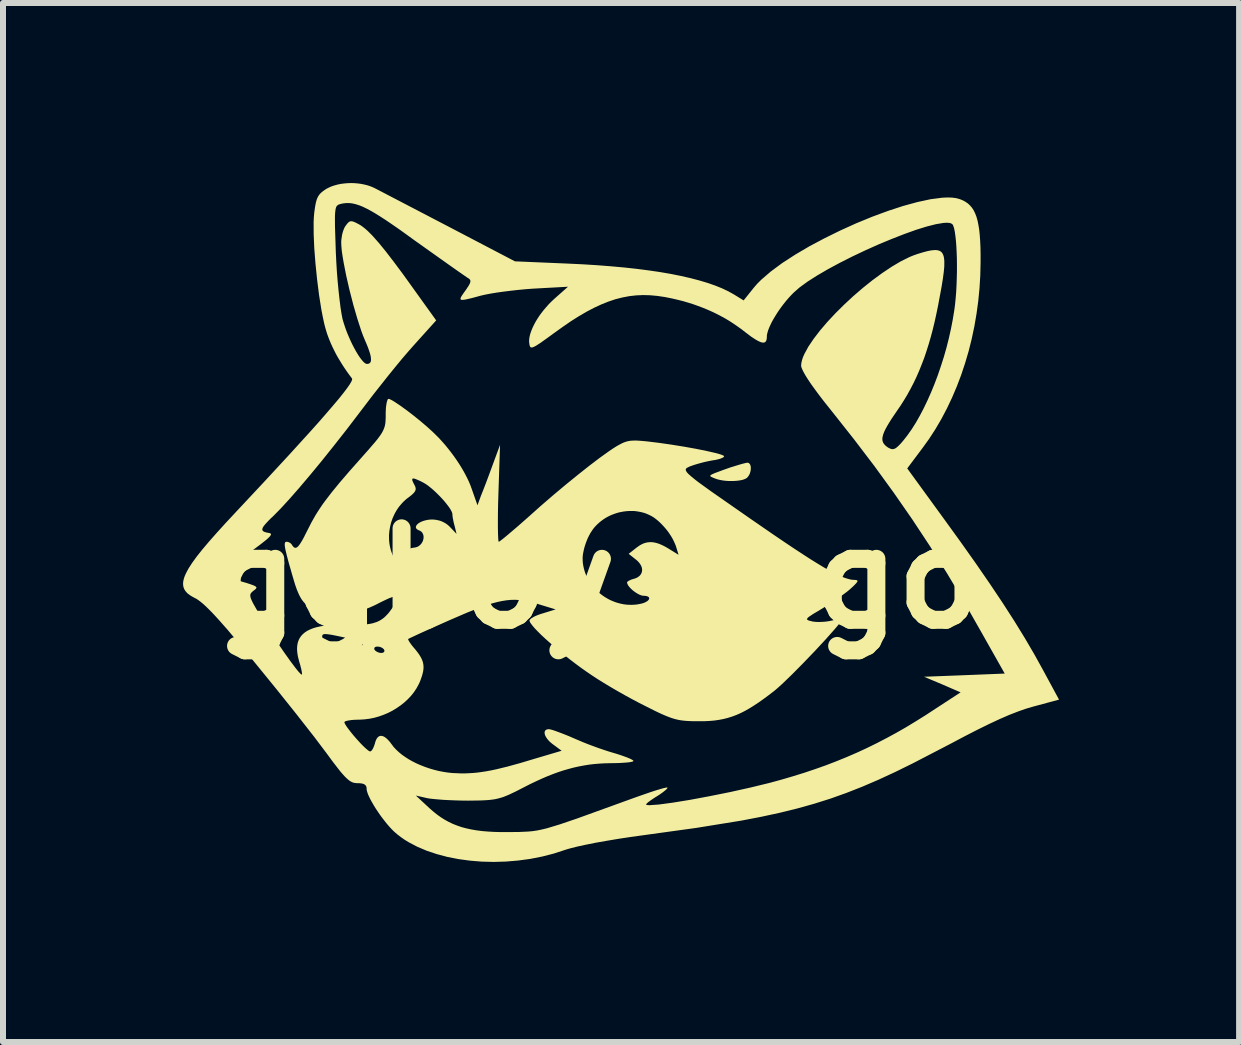
<source format=kicad_pcb>
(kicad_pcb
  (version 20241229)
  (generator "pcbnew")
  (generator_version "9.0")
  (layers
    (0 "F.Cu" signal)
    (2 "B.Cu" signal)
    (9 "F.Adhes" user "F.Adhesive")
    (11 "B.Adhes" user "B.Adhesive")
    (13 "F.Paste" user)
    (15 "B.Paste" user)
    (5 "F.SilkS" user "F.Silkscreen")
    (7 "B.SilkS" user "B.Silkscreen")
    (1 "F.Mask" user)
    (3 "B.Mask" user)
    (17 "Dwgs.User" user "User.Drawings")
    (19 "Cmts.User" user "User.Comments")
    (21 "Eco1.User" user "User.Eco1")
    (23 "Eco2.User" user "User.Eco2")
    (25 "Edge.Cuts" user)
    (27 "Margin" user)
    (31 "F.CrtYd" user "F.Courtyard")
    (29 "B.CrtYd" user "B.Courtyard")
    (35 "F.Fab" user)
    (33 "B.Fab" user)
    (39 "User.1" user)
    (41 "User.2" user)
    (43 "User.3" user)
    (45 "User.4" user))
  (footprint "ggboy_logo"
    (layer "F.Cu")
    (at 6.906 6.587)
    (property "Reference" "ggboy_logo" (at 0 0 0) (layer "F.SilkS") (effects (font (size 1.524 1.524) (thickness 0.3))))
    (attr through_hole)
    (fp_poly (pts (xy 2.499 -1.928) (xy 2.506 -1.927) (xy 2.512 -1.925) (xy 2.518 -1.923) (xy 2.523 -1.919) (xy 2.528 -1.915) (xy 2.533 -1.909) (xy 2.537 -1.904) (xy 2.541 -1.897) (xy 2.544 -1.89) (xy 2.547 -1.882) (xy 2.549 -1.874) (xy 2.551 -1.866) (xy 2.552 -1.857) (xy 2.553 -1.838) (xy 2.552 -1.818) (xy 2.55 -1.797) (xy 2.545 -1.776) (xy 2.539 -1.755) (xy 2.535 -1.745) (xy 2.53 -1.734) (xy 2.525 -1.725) (xy 2.519 -1.715) (xy 2.513 -1.705) (xy 2.507 -1.696) (xy 2.499 -1.688) (xy 2.492 -1.68) (xy 2.485 -1.673) (xy 2.476 -1.667) (xy 2.455 -1.657) (xy 2.429 -1.647) (xy 2.4 -1.639) (xy 2.367 -1.633) (xy 2.331 -1.628) (xy 2.293 -1.625) (xy 2.253 -1.623) (xy 2.212 -1.623) (xy 2.171 -1.624) (xy 2.13 -1.627) (xy 2.089 -1.632) (xy 2.05 -1.639) (xy 2.013 -1.647) (xy 1.978 -1.657) (xy 1.947 -1.669) (xy 1.909 -1.685) (xy 1.895 -1.692) (xy 1.885 -1.698) (xy 1.881 -1.701) (xy 1.879 -1.704) (xy 1.877 -1.707) (xy 1.877 -1.711) (xy 1.879 -1.714) (xy 1.881 -1.718) (xy 1.89 -1.725) (xy 1.906 -1.734) (xy 1.927 -1.744) (xy 1.955 -1.756) (xy 1.991 -1.769) (xy 2.084 -1.804) (xy 2.211 -1.849) (xy 2.299 -1.876) (xy 2.341 -1.889) (xy 2.381 -1.901) (xy 2.417 -1.911) (xy 2.449 -1.919) (xy 2.474 -1.925) (xy 2.492 -1.928)) (stroke (width 0) (type solid)) (fill yes) (layer "F.SilkS"))
    (fp_poly (pts (xy -4.056 -6.586) (xy -3.999 -6.581) (xy -3.943 -6.574) (xy -3.889 -6.563) (xy -3.835 -6.55) (xy -3.784 -6.533) (xy -3.735 -6.513) (xy -3.689 -6.49) (xy -2.44 -5.839) (xy -1.377 -5.283) (xy -0.509 -5.246) (xy -0.257 -5.234) (xy -0.015 -5.219) (xy 0.217 -5.201) (xy 0.439 -5.181) (xy 0.65 -5.158) (xy 0.851 -5.132) (xy 1.042 -5.104) (xy 1.222 -5.073) (xy 1.391 -5.039) (xy 1.549 -5.003) (xy 1.697 -4.964) (xy 1.834 -4.923) (xy 1.96 -4.879) (xy 2.074 -4.833) (xy 2.177 -4.784) (xy 2.269 -4.733) (xy 2.433 -4.632) (xy 2.603 -4.844) (xy 2.659 -4.909) (xy 2.726 -4.976) (xy 2.885 -5.113) (xy 3.074 -5.253) (xy 3.29 -5.393) (xy 3.526 -5.532) (xy 3.778 -5.666) (xy 4.04 -5.795) (xy 4.307 -5.916) (xy 4.575 -6.026) (xy 4.838 -6.123) (xy 5.092 -6.206) (xy 5.33 -6.271) (xy 5.548 -6.318) (xy 5.741 -6.343) (xy 5.827 -6.347) (xy 5.904 -6.345) (xy 5.973 -6.336) (xy 6.032 -6.32) (xy 6.081 -6.301) (xy 6.126 -6.277) (xy 6.167 -6.249) (xy 6.203 -6.216) (xy 6.236 -6.178) (xy 6.265 -6.134) (xy 6.29 -6.083) (xy 6.312 -6.026) (xy 6.33 -5.962) (xy 6.345 -5.889) (xy 6.358 -5.809) (xy 6.367 -5.72) (xy 6.374 -5.622) (xy 6.379 -5.514) (xy 6.381 -5.396) (xy 6.381 -5.267) (xy 6.376 -5.05) (xy 6.363 -4.835) (xy 6.342 -4.62) (xy 6.313 -4.408) (xy 6.277 -4.198) (xy 6.233 -3.991) (xy 6.182 -3.787) (xy 6.123 -3.587) (xy 6.058 -3.391) (xy 5.985 -3.199) (xy 5.906 -3.013) (xy 5.82 -2.832) (xy 5.728 -2.657) (xy 5.629 -2.488) (xy 5.524 -2.326) (xy 5.413 -2.172) (xy 5.159 -1.833) (xy 5.767 -0.997) (xy 6.047 -0.61) (xy 6.304 -0.247) (xy 6.539 0.094) (xy 6.753 0.414) (xy 6.946 0.714) (xy 7.12 0.997) (xy 7.275 1.262) (xy 7.413 1.511) (xy 7.688 2.019) (xy 7.254 2.136) (xy 7.135 2.171) (xy 7.004 2.217) (xy 6.858 2.274) (xy 6.699 2.343) (xy 6.523 2.425) (xy 6.33 2.52) (xy 6.119 2.628) (xy 5.889 2.75) (xy 5.249 3.082) (xy 4.958 3.225) (xy 4.679 3.354) (xy 4.409 3.47) (xy 4.144 3.574) (xy 3.878 3.669) (xy 3.608 3.754) (xy 3.329 3.832) (xy 3.037 3.904) (xy 2.727 3.971) (xy 2.394 4.035) (xy 1.646 4.156) (xy 0.756 4.279) (xy 0.547 4.308) (xy 0.342 4.339) (xy 0.147 4.372) (xy -0.035 4.404) (xy -0.199 4.437) (xy -0.341 4.468) (xy -0.456 4.497) (xy -0.502 4.51) (xy -0.54 4.522) (xy -0.73 4.584) (xy -0.925 4.634) (xy -1.124 4.673) (xy -1.325 4.7) (xy -1.528 4.717) (xy -1.729 4.723) (xy -1.929 4.718) (xy -2.125 4.702) (xy -2.317 4.676) (xy -2.501 4.64) (xy -2.678 4.593) (xy -2.846 4.537) (xy -3.002 4.471) (xy -3.147 4.395) (xy -3.214 4.354) (xy -3.277 4.31) (xy -3.337 4.264) (xy -3.393 4.215) (xy -3.43 4.178) (xy -3.468 4.137) (xy -3.507 4.092) (xy -3.546 4.043) (xy -3.585 3.993) (xy -3.623 3.942) (xy -3.659 3.889) (xy -3.694 3.837) (xy -3.726 3.785) (xy -3.755 3.735) (xy -3.782 3.687) (xy -3.804 3.642) (xy -3.823 3.601) (xy -3.836 3.564) (xy -3.845 3.532) (xy -3.847 3.518) (xy -3.848 3.506) (xy -3.848 3.494) (xy -3.85 3.482) (xy -3.851 3.477) (xy -3.852 3.472) (xy -3.854 3.467) (xy -3.856 3.462) (xy -3.858 3.458) (xy -3.861 3.454) (xy -3.864 3.45) (xy -3.867 3.446) (xy -3.87 3.442) (xy -3.874 3.439) (xy -3.878 3.436) (xy -3.883 3.433) (xy -3.888 3.43) (xy -3.893 3.427) (xy -3.904 3.423) (xy -3.916 3.419) (xy -3.93 3.416) (xy -3.946 3.414) (xy -3.963 3.412) (xy -3.981 3.411) (xy -4.001 3.411) (xy -4.024 3.41) (xy -4.047 3.407) (xy -4.069 3.402) (xy -4.091 3.394) (xy -4.114 3.382) (xy -4.137 3.367) (xy -4.162 3.347) (xy -4.188 3.323) (xy -4.217 3.294) (xy -4.248 3.259) (xy -4.283 3.219) (xy -4.32 3.172) (xy -4.408 3.058) (xy -4.514 2.914) (xy -4.72 2.641) (xy -5.011 2.269) (xy -5.349 1.846) (xy -5.695 1.421) (xy -5.904 1.166) (xy -5.998 1.053) (xy -6.085 0.95) (xy -6.165 0.855) (xy -6.24 0.77) (xy -6.308 0.693) (xy -6.371 0.624) (xy -6.429 0.562) (xy -6.482 0.509) (xy -6.53 0.462) (xy -6.573 0.423) (xy -6.613 0.39) (xy -6.649 0.363) (xy -6.681 0.341) (xy -6.711 0.326) (xy -6.774 0.291) (xy -6.826 0.254) (xy -6.847 0.233) (xy -6.865 0.212) (xy -6.88 0.19) (xy -6.891 0.166) (xy -6.9 0.141) (xy -6.904 0.115) (xy -6.906 0.086) (xy -6.904 0.057) (xy -6.898 0.025) (xy -6.889 -0.009) (xy -6.876 -0.045) (xy -6.873 -0.05) (xy -6.155 -0.05) (xy -6.153 -0.042) (xy -6.152 -0.038) (xy -6.15 -0.034) (xy -6.148 -0.031) (xy -6.146 -0.027) (xy -6.14 -0.021) (xy -6.132 -0.016) (xy -6.123 -0.011) (xy -6.113 -0.007) (xy -6.095 -0.001) (xy -6.07 0.008) (xy -6.005 0.029) (xy -5.927 0.053) (xy -5.843 0.077) (xy -5.811 0.088) (xy -5.783 0.097) (xy -5.759 0.106) (xy -5.748 0.11) (xy -5.738 0.113) (xy -5.729 0.117) (xy -5.721 0.121) (xy -5.714 0.124) (xy -5.708 0.128) (xy -5.702 0.131) (xy -5.697 0.134) (xy -5.693 0.138) (xy -5.69 0.141) (xy -5.687 0.144) (xy -5.686 0.146) (xy -5.686 0.147) (xy -5.685 0.149) (xy -5.685 0.15) (xy -5.684 0.152) (xy -5.684 0.154) (xy -5.685 0.156) (xy -5.685 0.157) (xy -5.686 0.161) (xy -5.688 0.164) (xy -5.69 0.168) (xy -5.693 0.172) (xy -5.697 0.176) (xy -5.701 0.18) (xy -5.706 0.184) (xy -5.712 0.189) (xy -5.718 0.194) (xy -5.732 0.204) (xy -5.746 0.216) (xy -5.759 0.227) (xy -5.769 0.238) (xy -5.777 0.249) (xy -5.78 0.255) (xy -5.783 0.261) (xy -5.785 0.268) (xy -5.786 0.275) (xy -5.786 0.282) (xy -5.786 0.289) (xy -5.785 0.297) (xy -5.784 0.306) (xy -5.779 0.325) (xy -5.771 0.347) (xy -5.76 0.372) (xy -5.746 0.401) (xy -5.729 0.433) (xy -5.708 0.47) (xy -5.657 0.559) (xy -5.616 0.63) (xy -5.568 0.708) (xy -5.461 0.877) (xy -5.344 1.054) (xy -5.227 1.225) (xy -5.118 1.378) (xy -5.026 1.5) (xy -4.989 1.546) (xy -4.959 1.579) (xy -4.938 1.598) (xy -4.932 1.602) (xy -4.927 1.601) (xy -4.926 1.598) (xy -4.925 1.593) (xy -4.924 1.587) (xy -4.925 1.579) (xy -4.928 1.558) (xy -4.933 1.531) (xy -4.939 1.5) (xy -4.948 1.466) (xy -4.958 1.429) (xy -4.97 1.39) (xy -4.991 1.308) (xy -4.998 1.27) (xy -5.003 1.233) (xy -5.006 1.198) (xy -5.007 1.169) (xy -3.721 1.169) (xy -3.721 1.172) (xy -3.72 1.174) (xy -3.72 1.177) (xy -3.719 1.18) (xy -3.718 1.183) (xy -3.717 1.186) (xy -3.715 1.188) (xy -3.712 1.193) (xy -3.708 1.198) (xy -3.703 1.203) (xy -3.697 1.208) (xy -3.691 1.212) (xy -3.684 1.217) (xy -3.677 1.221) (xy -3.67 1.225) (xy -3.662 1.228) (xy -3.654 1.232) (xy -3.646 1.234) (xy -3.637 1.237) (xy -3.629 1.239) (xy -3.621 1.24) (xy -3.612 1.241) (xy -3.604 1.241) (xy -3.6 1.241) (xy -3.597 1.241) (xy -3.593 1.241) (xy -3.589 1.24) (xy -3.586 1.24) (xy -3.583 1.239) (xy -3.58 1.238) (xy -3.577 1.237) (xy -3.574 1.236) (xy -3.571 1.234) (xy -3.569 1.233) (xy -3.566 1.232) (xy -3.564 1.23) (xy -3.562 1.228) (xy -3.56 1.227) (xy -3.559 1.225) (xy -3.557 1.223) (xy -3.556 1.221) (xy -3.555 1.219) (xy -3.554 1.217) (xy -3.553 1.215) (xy -3.552 1.212) (xy -3.552 1.21) (xy -3.551 1.208) (xy -3.551 1.206) (xy -3.552 1.203) (xy -3.552 1.201) (xy -3.552 1.198) (xy -3.553 1.196) (xy -3.554 1.193) (xy -3.555 1.191) (xy -3.557 1.188) (xy -3.558 1.186) (xy -3.56 1.183) (xy -3.562 1.18) (xy -3.564 1.177) (xy -3.569 1.172) (xy -3.575 1.167) (xy -3.581 1.162) (xy -3.588 1.158) (xy -3.595 1.154) (xy -3.602 1.15) (xy -3.61 1.147) (xy -3.618 1.144) (xy -3.626 1.141) (xy -3.635 1.139) (xy -3.643 1.138) (xy -3.652 1.137) (xy -3.66 1.136) (xy -3.668 1.136) (xy -3.672 1.136) (xy -3.675 1.136) (xy -3.679 1.136) (xy -3.683 1.137) (xy -3.686 1.137) (xy -3.689 1.138) (xy -3.692 1.138) (xy -3.695 1.139) (xy -3.698 1.14) (xy -3.701 1.141) (xy -3.703 1.143) (xy -3.706 1.144) (xy -3.708 1.145) (xy -3.71 1.147) (xy -3.712 1.148) (xy -3.713 1.15) (xy -3.715 1.152) (xy -3.716 1.154) (xy -3.718 1.156) (xy -3.719 1.158) (xy -3.719 1.16) (xy -3.72 1.162) (xy -3.72 1.164) (xy -3.721 1.167) (xy -3.721 1.169) (xy -5.007 1.169) (xy -5.007 1.164) (xy -5.005 1.132) (xy -5.001 1.101) (xy -4.995 1.071) (xy -4.986 1.043) (xy -4.975 1.017) (xy -4.962 0.992) (xy -4.948 0.972) (xy -4.589 0.972) (xy -4.587 0.983) (xy -4.583 0.994) (xy -4.576 1.005) (xy -4.566 1.015) (xy -4.553 1.024) (xy -4.537 1.033) (xy -4.517 1.042) (xy -4.493 1.051) (xy -4.466 1.059) (xy -4.435 1.067) (xy -4.4 1.075) (xy -4.361 1.083) (xy -4.27 1.099) (xy -4.16 1.114) (xy -4.097 1.122) (xy -4.044 1.126) (xy -4 1.127) (xy -3.965 1.125) (xy -3.951 1.123) (xy -3.94 1.121) (xy -3.93 1.118) (xy -3.923 1.114) (xy -3.918 1.11) (xy -3.915 1.106) (xy -3.914 1.101) (xy -3.916 1.096) (xy -3.92 1.09) (xy -3.925 1.084) (xy -3.933 1.078) (xy -3.943 1.071) (xy -3.97 1.058) (xy -4.004 1.043) (xy -4.047 1.028) (xy -4.098 1.013) (xy -4.157 0.997) (xy -4.223 0.982) (xy -4.281 0.97) (xy -4.332 0.959) (xy -4.377 0.95) (xy -4.417 0.942) (xy -4.435 0.939) (xy -4.451 0.936) (xy -4.467 0.934) (xy -4.481 0.932) (xy -4.494 0.93) (xy -4.506 0.929) (xy -4.517 0.928) (xy -4.527 0.927) (xy -4.536 0.927) (xy -4.544 0.927) (xy -4.552 0.928) (xy -4.558 0.929) (xy -4.561 0.929) (xy -4.564 0.93) (xy -4.566 0.931) (xy -4.569 0.932) (xy -4.571 0.933) (xy -4.573 0.934) (xy -4.575 0.935) (xy -4.577 0.937) (xy -4.579 0.938) (xy -4.58 0.94) (xy -4.581 0.941) (xy -4.583 0.943) (xy -4.584 0.945) (xy -4.585 0.947) (xy -4.585 0.949) (xy -4.586 0.951) (xy -4.587 0.955) (xy -4.588 0.96) (xy -4.588 0.966) (xy -4.589 0.972) (xy -4.948 0.972) (xy -4.946 0.968) (xy -4.928 0.946) (xy -4.907 0.925) (xy -4.884 0.905) (xy -4.859 0.887) (xy -4.831 0.87) (xy -4.801 0.855) (xy -4.768 0.841) (xy -4.733 0.828) (xy -4.695 0.816) (xy -4.612 0.797) (xy -4.518 0.783) (xy -4.415 0.774) (xy -4.3 0.77) (xy -4.176 0.77) (xy -4.095 0.773) (xy -4.021 0.773) (xy -3.954 0.772) (xy -3.923 0.77) (xy -3.893 0.769) (xy -3.864 0.766) (xy -3.836 0.763) (xy -3.81 0.759) (xy -3.785 0.755) (xy -3.761 0.75) (xy -3.739 0.745) (xy -3.717 0.738) (xy -3.696 0.731) (xy -3.675 0.724) (xy -3.656 0.715) (xy -3.637 0.706) (xy -3.619 0.696) (xy -3.602 0.685) (xy -3.585 0.674) (xy -3.568 0.661) (xy -3.552 0.648) (xy -3.536 0.633) (xy -3.521 0.618) (xy -3.506 0.602) (xy -3.49 0.585) (xy -3.475 0.567) (xy -3.46 0.547) (xy -3.43 0.506) (xy -3.399 0.462) (xy -3.373 0.423) (xy -3.353 0.39) (xy -3.338 0.361) (xy -3.333 0.349) (xy -3.329 0.338) (xy -3.327 0.329) (xy -3.326 0.32) (xy -3.327 0.313) (xy -3.329 0.307) (xy -3.333 0.302) (xy -3.338 0.299) (xy -3.344 0.297) (xy -3.352 0.296) (xy -3.362 0.296) (xy -3.373 0.297) (xy -3.386 0.3) (xy -3.4 0.304) (xy -3.433 0.315) (xy -3.473 0.33) (xy -3.519 0.351) (xy -3.572 0.376) (xy -3.631 0.405) (xy -3.677 0.429) (xy -3.72 0.45) (xy -3.762 0.469) (xy -3.801 0.486) (xy -3.839 0.501) (xy -3.876 0.514) (xy -3.913 0.525) (xy -3.949 0.534) (xy -3.986 0.542) (xy -4.023 0.549) (xy -4.062 0.554) (xy -4.102 0.558) (xy -4.144 0.561) (xy -4.189 0.563) (xy -4.287 0.564) (xy -4.38 0.562) (xy -4.464 0.558) (xy -4.54 0.551) (xy -4.575 0.546) (xy -4.609 0.541) (xy -4.64 0.535) (xy -4.67 0.527) (xy -4.699 0.519) (xy -4.726 0.51) (xy -4.751 0.5) (xy -4.776 0.488) (xy -4.798 0.476) (xy -4.82 0.462) (xy -4.841 0.447) (xy -4.86 0.431) (xy -4.878 0.413) (xy -4.896 0.394) (xy -4.913 0.373) (xy -4.929 0.351) (xy -4.944 0.327) (xy -4.958 0.302) (xy -4.972 0.275) (xy -4.985 0.246) (xy -5.011 0.184) (xy -5.036 0.113) (xy -5.06 0.035) (xy -5.089 -0.064) (xy -5.114 -0.152) (xy -5.137 -0.231) (xy -5.156 -0.3) (xy -5.172 -0.361) (xy -5.179 -0.388) (xy -5.185 -0.414) (xy -5.191 -0.437) (xy -5.196 -0.458) (xy -5.2 -0.478) (xy -5.204 -0.496) (xy -5.207 -0.513) (xy -5.209 -0.528) (xy -5.211 -0.541) (xy -5.212 -0.553) (xy -5.212 -0.564) (xy -5.212 -0.573) (xy -5.211 -0.581) (xy -5.211 -0.585) (xy -5.21 -0.588) (xy -5.209 -0.591) (xy -5.208 -0.594) (xy -5.207 -0.596) (xy -5.206 -0.599) (xy -5.204 -0.601) (xy -5.203 -0.603) (xy -5.201 -0.604) (xy -5.199 -0.606) (xy -5.198 -0.607) (xy -5.196 -0.608) (xy -5.193 -0.609) (xy -5.191 -0.61) (xy -5.186 -0.61) (xy -5.181 -0.611) (xy -5.178 -0.611) (xy -5.175 -0.61) (xy -5.169 -0.61) (xy -5.162 -0.609) (xy -5.156 -0.607) (xy -5.149 -0.605) (xy -5.143 -0.602) (xy -5.137 -0.599) (xy -5.13 -0.596) (xy -5.124 -0.592) (xy -5.118 -0.588) (xy -5.113 -0.584) (xy -5.11 -0.582) (xy -5.108 -0.579) (xy -5.105 -0.577) (xy -5.103 -0.574) (xy -5.101 -0.572) (xy -5.098 -0.569) (xy -5.096 -0.566) (xy -5.095 -0.564) (xy -5.093 -0.561) (xy -5.091 -0.558) (xy -5.08 -0.541) (xy -5.068 -0.527) (xy -5.062 -0.522) (xy -5.056 -0.518) (xy -5.051 -0.514) (xy -5.045 -0.512) (xy -5.039 -0.51) (xy -5.033 -0.51) (xy -5.027 -0.511) (xy -5.02 -0.513) (xy -5.014 -0.516) (xy -5.007 -0.52) (xy -5 -0.525) (xy -4.993 -0.531) (xy -4.978 -0.548) (xy -4.962 -0.569) (xy -4.945 -0.595) (xy -4.926 -0.626) (xy -4.905 -0.663) (xy -4.883 -0.705) (xy -4.877 -0.718) (xy -3.475 -0.718) (xy -3.474 -0.646) (xy -3.471 -0.61) (xy -3.467 -0.575) (xy -3.461 -0.539) (xy -3.453 -0.505) (xy -3.444 -0.47) (xy -3.433 -0.437) (xy -3.42 -0.404) (xy -3.406 -0.371) (xy -3.389 -0.34) (xy -3.371 -0.309) (xy -3.354 -0.281) (xy -3.339 -0.256) (xy -3.325 -0.235) (xy -3.311 -0.216) (xy -3.305 -0.208) (xy -3.299 -0.201) (xy -3.293 -0.194) (xy -3.287 -0.189) (xy -3.281 -0.183) (xy -3.275 -0.179) (xy -3.269 -0.175) (xy -3.263 -0.171) (xy -3.257 -0.169) (xy -3.251 -0.167) (xy -3.245 -0.165) (xy -3.238 -0.164) (xy -3.232 -0.164) (xy -3.225 -0.164) (xy -3.218 -0.165) (xy -3.211 -0.166) (xy -3.203 -0.168) (xy -3.195 -0.17) (xy -3.187 -0.173) (xy -3.178 -0.176) (xy -3.159 -0.183) (xy -3.139 -0.193) (xy -3.117 -0.203) (xy -3.098 -0.213) (xy -3.082 -0.221) (xy -3.075 -0.226) (xy -3.069 -0.23) (xy -3.063 -0.234) (xy -3.058 -0.238) (xy -3.053 -0.242) (xy -3.049 -0.246) (xy -3.045 -0.25) (xy -3.043 -0.255) (xy -3.04 -0.259) (xy -3.039 -0.263) (xy -3.038 -0.268) (xy -3.037 -0.273) (xy -3.037 -0.278) (xy -3.038 -0.283) (xy -3.039 -0.289) (xy -3.041 -0.295) (xy -3.043 -0.301) (xy -3.046 -0.308) (xy -3.049 -0.315) (xy -3.053 -0.323) (xy -3.06 -0.336) (xy -0.249 -0.336) (xy -0.248 -0.29) (xy -0.244 -0.245) (xy -0.236 -0.2) (xy -0.226 -0.157) (xy -0.214 -0.114) (xy -0.199 -0.073) (xy -0.181 -0.032) (xy -0.162 0.007) (xy -0.14 0.046) (xy -0.116 0.082) (xy -0.09 0.118) (xy -0.062 0.152) (xy -0.032 0.185) (xy -0.00029 0.215) (xy 0.033 0.245) (xy 0.067 0.272) (xy 0.103 0.298) (xy 0.141 0.322) (xy 0.179 0.344) (xy 0.219 0.364) (xy 0.26 0.381) (xy 0.301 0.397) (xy 0.344 0.41) (xy 0.387 0.421) (xy 0.431 0.43) (xy 0.475 0.436) (xy 0.519 0.439) (xy 0.564 0.44) (xy 0.61 0.438) (xy 0.655 0.434) (xy 0.7 0.426) (xy 0.745 0.416) (xy 0.758 0.412) (xy 0.771 0.407) (xy 0.782 0.403) (xy 0.793 0.398) (xy 0.803 0.393) (xy 0.812 0.388) (xy 0.82 0.383) (xy 0.828 0.378) (xy 0.834 0.373) (xy 0.84 0.368) (xy 0.845 0.362) (xy 0.85 0.357) (xy 0.853 0.352) (xy 0.856 0.347) (xy 0.858 0.342) (xy 0.859 0.337) (xy 0.86 0.332) (xy 0.859 0.327) (xy 0.858 0.322) (xy 0.856 0.318) (xy 0.853 0.314) (xy 0.849 0.31) (xy 0.845 0.306) (xy 0.839 0.303) (xy 0.833 0.3) (xy 0.826 0.297) (xy 0.818 0.295) (xy 0.81 0.293) (xy 0.8 0.291) (xy 0.79 0.29) (xy 0.779 0.289) (xy 0.767 0.289) (xy 0.758 0.288) (xy 0.749 0.287) (xy 0.739 0.285) (xy 0.729 0.282) (xy 0.719 0.279) (xy 0.708 0.275) (xy 0.697 0.27) (xy 0.686 0.265) (xy 0.663 0.252) (xy 0.64 0.238) (xy 0.617 0.222) (xy 0.595 0.206) (xy 0.574 0.188) (xy 0.555 0.17) (xy 0.537 0.151) (xy 0.522 0.133) (xy 0.515 0.124) (xy 0.509 0.115) (xy 0.504 0.106) (xy 0.5 0.097) (xy 0.496 0.089) (xy 0.494 0.081) (xy 0.492 0.074) (xy 0.491 0.067) (xy 0.492 0.065) (xy 0.492 0.064) (xy 0.494 0.06) (xy 0.496 0.057) (xy 0.5 0.053) (xy 0.504 0.049) (xy 0.51 0.045) (xy 0.516 0.042) (xy 0.523 0.038) (xy 0.53 0.034) (xy 0.538 0.03) (xy 0.547 0.026) (xy 0.556 0.022) (xy 0.566 0.018) (xy 0.576 0.015) (xy 0.586 0.012) (xy 0.597 0.008) (xy 0.613 0.004) (xy 0.627 -0.001) (xy 0.641 -0.006) (xy 0.654 -0.012) (xy 0.666 -0.019) (xy 0.677 -0.026) (xy 0.688 -0.034) (xy 0.697 -0.042) (xy 0.706 -0.05) (xy 0.713 -0.059) (xy 0.72 -0.069) (xy 0.726 -0.079) (xy 0.731 -0.089) (xy 0.735 -0.099) (xy 0.738 -0.11) (xy 0.74 -0.121) (xy 0.741 -0.132) (xy 0.742 -0.143) (xy 0.741 -0.155) (xy 0.74 -0.166) (xy 0.737 -0.178) (xy 0.734 -0.19) (xy 0.729 -0.202) (xy 0.724 -0.214) (xy 0.717 -0.226) (xy 0.71 -0.238) (xy 0.702 -0.25) (xy 0.692 -0.262) (xy 0.682 -0.274) (xy 0.671 -0.286) (xy 0.658 -0.298) (xy 0.645 -0.309) (xy 0.518 -0.41) (xy 0.645 -0.51) (xy 0.675 -0.532) (xy 0.704 -0.552) (xy 0.734 -0.568) (xy 0.763 -0.582) (xy 0.778 -0.587) (xy 0.793 -0.592) (xy 0.808 -0.596) (xy 0.823 -0.599) (xy 0.838 -0.602) (xy 0.854 -0.603) (xy 0.869 -0.604) (xy 0.885 -0.605) (xy 0.901 -0.604) (xy 0.917 -0.603) (xy 0.95 -0.598) (xy 0.983 -0.59) (xy 1.018 -0.579) (xy 1.053 -0.565) (xy 1.09 -0.548) (xy 1.129 -0.528) (xy 1.169 -0.505) (xy 1.349 -0.394) (xy 1.312 -0.515) (xy 1.302 -0.547) (xy 1.289 -0.578) (xy 1.275 -0.61) (xy 1.259 -0.643) (xy 1.242 -0.675) (xy 1.222 -0.708) (xy 1.201 -0.74) (xy 1.179 -0.772) (xy 1.155 -0.804) (xy 1.13 -0.834) (xy 1.104 -0.864) (xy 1.077 -0.893) (xy 1.05 -0.921) (xy 1.021 -0.948) (xy 0.992 -0.973) (xy 0.962 -0.997) (xy 0.93 -1.02) (xy 0.896 -1.04) (xy 0.86 -1.058) (xy 0.824 -1.074) (xy 0.788 -1.088) (xy 0.75 -1.099) (xy 0.712 -1.108) (xy 0.673 -1.115) (xy 0.634 -1.121) (xy 0.594 -1.124) (xy 0.554 -1.124) (xy 0.515 -1.123) (xy 0.475 -1.12) (xy 0.435 -1.115) (xy 0.396 -1.108) (xy 0.357 -1.1) (xy 0.318 -1.089) (xy 0.28 -1.076) (xy 0.242 -1.062) (xy 0.205 -1.046) (xy 0.169 -1.028) (xy 0.134 -1.008) (xy 0.101 -0.987) (xy 0.068 -0.963) (xy 0.037 -0.939) (xy 0.007 -0.912) (xy -0.022 -0.884) (xy -0.049 -0.855) (xy -0.074 -0.824) (xy -0.097 -0.791) (xy -0.119 -0.757) (xy -0.138 -0.722) (xy -0.15 -0.699) (xy -0.161 -0.676) (xy -0.172 -0.651) (xy -0.182 -0.626) (xy -0.192 -0.6) (xy -0.201 -0.574) (xy -0.21 -0.547) (xy -0.218 -0.521) (xy -0.225 -0.495) (xy -0.231 -0.469) (xy -0.236 -0.444) (xy -0.241 -0.42) (xy -0.245 -0.397) (xy -0.247 -0.375) (xy -0.249 -0.354) (xy -0.249 -0.336) (xy -3.06 -0.336) (xy -3.062 -0.339) (xy -3.073 -0.357) (xy -3.086 -0.378) (xy -3.099 -0.398) (xy -3.11 -0.415) (xy -3.119 -0.43) (xy -3.127 -0.444) (xy -3.13 -0.45) (xy -3.132 -0.456) (xy -3.134 -0.461) (xy -3.136 -0.466) (xy -3.136 -0.471) (xy -3.137 -0.475) (xy -3.137 -0.479) (xy -3.136 -0.482) (xy -3.135 -0.486) (xy -3.133 -0.489) (xy -3.13 -0.492) (xy -3.127 -0.494) (xy -3.124 -0.497) (xy -3.12 -0.499) (xy -3.115 -0.501) (xy -3.11 -0.503) (xy -3.104 -0.505) (xy -3.097 -0.506) (xy -3.082 -0.51) (xy -3.064 -0.512) (xy -3.043 -0.515) (xy -3.03 -0.518) (xy -3.017 -0.522) (xy -3.004 -0.526) (xy -2.992 -0.532) (xy -2.981 -0.538) (xy -2.971 -0.546) (xy -2.961 -0.554) (xy -2.952 -0.562) (xy -2.943 -0.572) (xy -2.935 -0.582) (xy -2.928 -0.592) (xy -2.922 -0.603) (xy -2.916 -0.614) (xy -2.911 -0.625) (xy -2.907 -0.637) (xy -2.904 -0.648) (xy -2.901 -0.66) (xy -2.9 -0.672) (xy -2.899 -0.684) (xy -2.899 -0.695) (xy -2.9 -0.707) (xy -2.902 -0.718) (xy -2.905 -0.729) (xy -2.909 -0.739) (xy -2.913 -0.749) (xy -2.919 -0.759) (xy -2.926 -0.768) (xy -2.933 -0.776) (xy -2.942 -0.784) (xy -2.952 -0.79) (xy -2.963 -0.796) (xy -2.975 -0.801) (xy -2.987 -0.806) (xy -2.997 -0.812) (xy -3.006 -0.818) (xy -3.013 -0.824) (xy -3.019 -0.831) (xy -3.023 -0.837) (xy -3.026 -0.844) (xy -3.027 -0.852) (xy -3.027 -0.859) (xy -3.026 -0.866) (xy -3.023 -0.874) (xy -3.019 -0.881) (xy -3.014 -0.889) (xy -3.008 -0.896) (xy -3.001 -0.904) (xy -2.993 -0.911) (xy -2.984 -0.918) (xy -2.974 -0.925) (xy -2.951 -0.938) (xy -2.925 -0.95) (xy -2.896 -0.96) (xy -2.864 -0.969) (xy -2.83 -0.976) (xy -2.795 -0.98) (xy -2.776 -0.981) (xy -2.758 -0.981) (xy -2.737 -0.981) (xy -2.716 -0.979) (xy -2.696 -0.977) (xy -2.676 -0.973) (xy -2.656 -0.969) (xy -2.636 -0.964) (xy -2.617 -0.958) (xy -2.598 -0.951) (xy -2.58 -0.943) (xy -2.562 -0.934) (xy -2.545 -0.925) (xy -2.528 -0.914) (xy -2.511 -0.903) (xy -2.496 -0.891) (xy -2.481 -0.878) (xy -2.467 -0.865) (xy -2.35 -0.743) (xy -2.382 -0.875) (xy -2.39 -0.903) (xy -2.397 -0.932) (xy -2.403 -0.96) (xy -2.408 -0.987) (xy -2.413 -1.012) (xy -2.416 -1.035) (xy -2.418 -1.055) (xy -2.419 -1.064) (xy -2.419 -1.071) (xy -2.42 -1.081) (xy -2.423 -1.092) (xy -2.427 -1.104) (xy -2.433 -1.117) (xy -2.449 -1.147) (xy -2.47 -1.18) (xy -2.497 -1.217) (xy -2.527 -1.255) (xy -2.56 -1.295) (xy -2.596 -1.335) (xy -2.634 -1.375) (xy -2.674 -1.415) (xy -2.714 -1.453) (xy -2.754 -1.489) (xy -2.793 -1.521) (xy -2.831 -1.551) (xy -2.867 -1.575) (xy -2.901 -1.595) (xy -2.935 -1.613) (xy -2.966 -1.628) (xy -2.993 -1.64) (xy -3.017 -1.65) (xy -3.027 -1.654) (xy -3.037 -1.658) (xy -3.045 -1.66) (xy -3.053 -1.663) (xy -3.06 -1.664) (xy -3.066 -1.665) (xy -3.072 -1.665) (xy -3.076 -1.664) (xy -3.08 -1.663) (xy -3.083 -1.661) (xy -3.086 -1.659) (xy -3.087 -1.656) (xy -3.088 -1.652) (xy -3.088 -1.647) (xy -3.088 -1.642) (xy -3.087 -1.636) (xy -3.085 -1.629) (xy -3.082 -1.622) (xy -3.079 -1.614) (xy -3.075 -1.605) (xy -3.066 -1.586) (xy -3.054 -1.563) (xy -3.046 -1.548) (xy -3.039 -1.533) (xy -3.037 -1.527) (xy -3.035 -1.52) (xy -3.033 -1.513) (xy -3.032 -1.507) (xy -3.031 -1.501) (xy -3.031 -1.495) (xy -3.031 -1.488) (xy -3.031 -1.482) (xy -3.032 -1.476) (xy -3.034 -1.471) (xy -3.036 -1.465) (xy -3.039 -1.459) (xy -3.042 -1.453) (xy -3.045 -1.447) (xy -3.05 -1.441) (xy -3.054 -1.434) (xy -3.06 -1.428) (xy -3.065 -1.422) (xy -3.079 -1.408) (xy -3.094 -1.394) (xy -3.112 -1.379) (xy -3.132 -1.363) (xy -3.155 -1.346) (xy -3.184 -1.324) (xy -3.211 -1.3) (xy -3.238 -1.275) (xy -3.263 -1.248) (xy -3.287 -1.22) (xy -3.31 -1.192) (xy -3.331 -1.162) (xy -3.351 -1.131) (xy -3.369 -1.1) (xy -3.386 -1.068) (xy -3.416 -1.001) (xy -3.44 -0.932) (xy -3.457 -0.861) (xy -3.469 -0.79) (xy -3.475 -0.718) (xy -4.877 -0.718) (xy -4.832 -0.806) (xy -4.767 -0.934) (xy -4.699 -1.054) (xy -4.662 -1.113) (xy -4.623 -1.173) (xy -4.581 -1.235) (xy -4.534 -1.299) (xy -4.427 -1.438) (xy -4.296 -1.598) (xy -4.137 -1.783) (xy -3.943 -2.002) (xy -3.811 -2.151) (xy -3.758 -2.213) (xy -3.711 -2.267) (xy -3.671 -2.316) (xy -3.638 -2.36) (xy -3.623 -2.38) (xy -3.61 -2.4) (xy -3.598 -2.418) (xy -3.588 -2.436) (xy -3.578 -2.454) (xy -3.57 -2.471) (xy -3.563 -2.487) (xy -3.556 -2.504) (xy -3.551 -2.52) (xy -3.546 -2.536) (xy -3.542 -2.553) (xy -3.539 -2.569) (xy -3.536 -2.587) (xy -3.534 -2.604) (xy -3.532 -2.642) (xy -3.53 -2.682) (xy -3.53 -2.727) (xy -3.53 -2.755) (xy -3.529 -2.781) (xy -3.528 -2.807) (xy -3.527 -2.831) (xy -3.525 -2.854) (xy -3.522 -2.876) (xy -3.519 -2.897) (xy -3.516 -2.915) (xy -3.513 -2.932) (xy -3.509 -2.947) (xy -3.505 -2.96) (xy -3.503 -2.966) (xy -3.501 -2.971) (xy -3.499 -2.976) (xy -3.497 -2.98) (xy -3.495 -2.984) (xy -3.492 -2.987) (xy -3.49 -2.989) (xy -3.487 -2.991) (xy -3.485 -2.992) (xy -3.483 -2.992) (xy -3.466 -2.988) (xy -3.442 -2.977) (xy -3.411 -2.96) (xy -3.374 -2.937) (xy -3.283 -2.876) (xy -3.178 -2.8) (xy -3.065 -2.713) (xy -2.951 -2.621) (xy -2.843 -2.529) (xy -2.747 -2.442) (xy -2.695 -2.391) (xy -2.642 -2.338) (xy -2.591 -2.282) (xy -2.54 -2.224) (xy -2.491 -2.164) (xy -2.443 -2.103) (xy -2.397 -2.041) (xy -2.352 -1.977) (xy -2.31 -1.914) (xy -2.27 -1.85) (xy -2.233 -1.787) (xy -2.199 -1.724) (xy -2.168 -1.663) (xy -2.14 -1.603) (xy -2.116 -1.545) (xy -2.096 -1.489) (xy -2.001 -1.219) (xy -1.943 -1.378) (xy -1.907 -1.468) (xy -1.859 -1.592) (xy -1.806 -1.734) (xy -1.752 -1.881) (xy -1.625 -2.225) (xy -1.652 -1.42) (xy -1.657 -1.258) (xy -1.66 -1.106) (xy -1.661 -0.969) (xy -1.661 -0.849) (xy -1.659 -0.75) (xy -1.656 -0.675) (xy -1.654 -0.647) (xy -1.652 -0.627) (xy -1.649 -0.615) (xy -1.648 -0.612) (xy -1.646 -0.611) (xy -1.641 -0.613) (xy -1.631 -0.619) (xy -1.599 -0.643) (xy -1.551 -0.681) (xy -1.49 -0.732) (xy -1.336 -0.863) (xy -1.154 -1.023) (xy -0.947 -1.208) (xy -0.736 -1.39) (xy -0.527 -1.565) (xy -0.325 -1.729) (xy -0.137 -1.878) (xy 0.034 -2.008) (xy 0.182 -2.114) (xy 0.245 -2.157) (xy 0.301 -2.193) (xy 0.332 -2.212) (xy 0.362 -2.228) (xy 0.39 -2.243) (xy 0.416 -2.256) (xy 0.442 -2.267) (xy 0.468 -2.276) (xy 0.494 -2.284) (xy 0.521 -2.289) (xy 0.549 -2.294) (xy 0.58 -2.296) (xy 0.612 -2.297) (xy 0.647 -2.297) (xy 0.685 -2.295) (xy 0.727 -2.292) (xy 0.774 -2.288) (xy 0.825 -2.283) (xy 1.022 -2.259) (xy 1.231 -2.229) (xy 1.442 -2.195) (xy 1.642 -2.159) (xy 1.82 -2.123) (xy 1.964 -2.09) (xy 2.02 -2.075) (xy 2.063 -2.061) (xy 2.092 -2.049) (xy 2.101 -2.044) (xy 2.105 -2.039) (xy 2.107 -2.037) (xy 2.107 -2.035) (xy 2.107 -2.033) (xy 2.107 -2.031) (xy 2.105 -2.028) (xy 2.104 -2.026) (xy 2.099 -2.021) (xy 2.091 -2.016) (xy 2.082 -2.011) (xy 2.071 -2.006) (xy 2.058 -2) (xy 2.044 -1.995) (xy 2.028 -1.99) (xy 2.01 -1.985) (xy 1.992 -1.981) (xy 1.971 -1.976) (xy 1.95 -1.972) (xy 1.928 -1.969) (xy 1.904 -1.965) (xy 1.857 -1.956) (xy 1.806 -1.945) (xy 1.755 -1.933) (xy 1.703 -1.919) (xy 1.654 -1.905) (xy 1.608 -1.891) (xy 1.568 -1.877) (xy 1.534 -1.865) (xy 1.488 -1.842) (xy 1.474 -1.829) (xy 1.468 -1.814) (xy 1.472 -1.795) (xy 1.486 -1.771) (xy 1.513 -1.741) (xy 1.554 -1.704) (xy 1.61 -1.658) (xy 1.682 -1.602) (xy 1.884 -1.456) (xy 2.55 -0.992) (xy 2.942 -0.722) (xy 3.113 -0.606) (xy 3.27 -0.501) (xy 3.412 -0.408) (xy 3.54 -0.325) (xy 3.656 -0.253) (xy 3.76 -0.19) (xy 3.853 -0.136) (xy 3.936 -0.092) (xy 4.01 -0.055) (xy 4.076 -0.026) (xy 4.135 -0.004) (xy 4.187 0.011) (xy 4.211 0.017) (xy 4.233 0.021) (xy 4.255 0.023) (xy 4.275 0.024) (xy 4.291 0.025) (xy 4.304 0.026) (xy 4.309 0.027) (xy 4.314 0.028) (xy 4.318 0.029) (xy 4.322 0.031) (xy 4.325 0.032) (xy 4.327 0.035) (xy 4.329 0.037) (xy 4.33 0.04) (xy 4.33 0.043) (xy 4.33 0.047) (xy 4.328 0.05) (xy 4.327 0.055) (xy 4.324 0.059) (xy 4.321 0.064) (xy 4.312 0.076) (xy 4.3 0.089) (xy 4.285 0.105) (xy 4.268 0.122) (xy 4.247 0.142) (xy 4.196 0.188) (xy 4.153 0.223) (xy 4.101 0.262) (xy 4.043 0.304) (xy 3.979 0.348) (xy 3.913 0.393) (xy 3.847 0.437) (xy 3.781 0.478) (xy 3.719 0.516) (xy 3.673 0.544) (xy 3.632 0.568) (xy 3.596 0.589) (xy 3.567 0.608) (xy 3.554 0.617) (xy 3.542 0.625) (xy 3.531 0.632) (xy 3.522 0.639) (xy 3.514 0.645) (xy 3.507 0.651) (xy 3.502 0.657) (xy 3.497 0.662) (xy 3.494 0.667) (xy 3.491 0.671) (xy 3.49 0.675) (xy 3.49 0.677) (xy 3.49 0.679) (xy 3.49 0.681) (xy 3.491 0.683) (xy 3.492 0.684) (xy 3.493 0.686) (xy 3.495 0.689) (xy 3.499 0.692) (xy 3.504 0.695) (xy 3.509 0.697) (xy 3.516 0.7) (xy 3.523 0.703) (xy 3.531 0.705) (xy 3.54 0.707) (xy 3.561 0.712) (xy 3.575 0.716) (xy 3.591 0.719) (xy 3.609 0.721) (xy 3.627 0.723) (xy 3.647 0.725) (xy 3.667 0.725) (xy 3.688 0.726) (xy 3.709 0.725) (xy 3.753 0.723) (xy 3.797 0.72) (xy 3.839 0.714) (xy 3.859 0.711) (xy 3.878 0.707) (xy 3.915 0.699) (xy 3.95 0.692) (xy 3.981 0.686) (xy 4.01 0.681) (xy 4.034 0.677) (xy 4.044 0.676) (xy 4.053 0.675) (xy 4.061 0.674) (xy 4.067 0.674) (xy 4.071 0.674) (xy 4.073 0.675) (xy 4.074 0.675) (xy 4.074 0.681) (xy 4.069 0.692) (xy 4.046 0.728) (xy 4.005 0.781) (xy 3.949 0.847) (xy 3.802 1.013) (xy 3.623 1.206) (xy 3.43 1.407) (xy 3.241 1.598) (xy 3.074 1.759) (xy 3.004 1.822) (xy 2.947 1.871) (xy 2.853 1.943) (xy 2.765 2.008) (xy 2.682 2.067) (xy 2.602 2.12) (xy 2.526 2.167) (xy 2.452 2.209) (xy 2.38 2.245) (xy 2.309 2.276) (xy 2.239 2.302) (xy 2.168 2.324) (xy 2.097 2.342) (xy 2.024 2.356) (xy 1.949 2.367) (xy 1.871 2.374) (xy 1.789 2.378) (xy 1.703 2.379) (xy 1.577 2.378) (xy 1.522 2.376) (xy 1.471 2.373) (xy 1.423 2.368) (xy 1.377 2.362) (xy 1.332 2.353) (xy 1.287 2.342) (xy 1.241 2.328) (xy 1.193 2.311) (xy 1.142 2.291) (xy 1.086 2.267) (xy 1.026 2.24) (xy 0.959 2.208) (xy 0.804 2.13) (xy 0.695 2.075) (xy 0.578 2.013) (xy 0.457 1.947) (xy 0.335 1.878) (xy 0.215 1.808) (xy 0.102 1.74) (xy -0.001 1.676) (xy -0.091 1.617) (xy -0.179 1.557) (xy -0.27 1.493) (xy -0.362 1.425) (xy -0.454 1.355) (xy -0.544 1.284) (xy -0.632 1.212) (xy -0.717 1.141) (xy -0.796 1.071) (xy -0.87 1.005) (xy -0.938 0.942) (xy -0.997 0.883) (xy -1.047 0.831) (xy -1.087 0.784) (xy -1.115 0.746) (xy -1.125 0.73) (xy -1.131 0.716) (xy -1.134 0.705) (xy -1.133 0.696) (xy -1.13 0.69) (xy -1.125 0.684) (xy -1.118 0.677) (xy -1.109 0.669) (xy -1.099 0.662) (xy -1.087 0.654) (xy -1.074 0.646) (xy -1.059 0.638) (xy -1.043 0.63) (xy -1.026 0.622) (xy -1.008 0.615) (xy -0.989 0.607) (xy -0.969 0.6) (xy -0.948 0.593) (xy -0.927 0.586) (xy -0.906 0.58) (xy -0.699 0.516) (xy -1.011 0.421) (xy -1.089 0.399) (xy -1.162 0.382) (xy -1.233 0.369) (xy -1.303 0.36) (xy -1.372 0.356) (xy -1.442 0.357) (xy -1.515 0.364) (xy -1.591 0.376) (xy -1.671 0.393) (xy -1.757 0.416) (xy -1.85 0.446) (xy -1.95 0.481) (xy -2.06 0.524) (xy -2.18 0.572) (xy -2.456 0.691) (xy -2.72 0.808) (xy -2.94 0.907) (xy -3.093 0.978) (xy -3.137 0.999) (xy -3.149 1.005) (xy -3.155 1.009) (xy -3.155 1.01) (xy -3.156 1.011) (xy -3.156 1.016) (xy -3.154 1.021) (xy -3.151 1.028) (xy -3.147 1.037) (xy -3.142 1.046) (xy -3.135 1.057) (xy -3.127 1.069) (xy -3.109 1.095) (xy -3.087 1.124) (xy -3.061 1.155) (xy -3.033 1.188) (xy -3.007 1.221) (xy -2.983 1.253) (xy -2.963 1.283) (xy -2.945 1.313) (xy -2.931 1.341) (xy -2.919 1.37) (xy -2.914 1.384) (xy -2.91 1.398) (xy -2.907 1.413) (xy -2.904 1.427) (xy -2.902 1.442) (xy -2.901 1.457) (xy -2.9 1.472) (xy -2.9 1.487) (xy -2.902 1.518) (xy -2.907 1.551) (xy -2.915 1.585) (xy -2.925 1.622) (xy -2.938 1.66) (xy -2.953 1.702) (xy -2.967 1.736) (xy -2.983 1.769) (xy -3.019 1.834) (xy -3.061 1.897) (xy -3.109 1.957) (xy -3.162 2.013) (xy -3.221 2.067) (xy -3.283 2.116) (xy -3.35 2.162) (xy -3.419 2.204) (xy -3.492 2.241) (xy -3.568 2.273) (xy -3.645 2.3) (xy -3.723 2.322) (xy -3.803 2.338) (xy -3.884 2.348) (xy -3.964 2.353) (xy -3.991 2.353) (xy -4.016 2.354) (xy -4.041 2.355) (xy -4.064 2.356) (xy -4.086 2.358) (xy -4.107 2.36) (xy -4.127 2.363) (xy -4.145 2.366) (xy -4.161 2.369) (xy -4.175 2.372) (xy -4.188 2.376) (xy -4.199 2.379) (xy -4.203 2.381) (xy -4.207 2.383) (xy -4.21 2.385) (xy -4.213 2.387) (xy -4.215 2.389) (xy -4.217 2.391) (xy -4.218 2.393) (xy -4.218 2.395) (xy -4.217 2.402) (xy -4.214 2.411) (xy -4.202 2.434) (xy -4.184 2.463) (xy -4.159 2.498) (xy -4.13 2.536) (xy -4.098 2.577) (xy -4.063 2.619) (xy -4.026 2.662) (xy -3.988 2.704) (xy -3.951 2.745) (xy -3.915 2.782) (xy -3.881 2.815) (xy -3.851 2.842) (xy -3.825 2.863) (xy -3.814 2.871) (xy -3.804 2.877) (xy -3.796 2.881) (xy -3.79 2.882) (xy -3.787 2.882) (xy -3.784 2.881) (xy -3.782 2.88) (xy -3.779 2.879) (xy -3.774 2.876) (xy -3.769 2.872) (xy -3.764 2.866) (xy -3.758 2.859) (xy -3.753 2.852) (xy -3.748 2.843) (xy -3.743 2.834) (xy -3.738 2.824) (xy -3.733 2.813) (xy -3.728 2.801) (xy -3.723 2.789) (xy -3.719 2.776) (xy -3.714 2.763) (xy -3.71 2.75) (xy -3.706 2.734) (xy -3.701 2.719) (xy -3.697 2.705) (xy -3.691 2.692) (xy -3.686 2.681) (xy -3.68 2.67) (xy -3.674 2.661) (xy -3.667 2.652) (xy -3.66 2.645) (xy -3.653 2.639) (xy -3.645 2.633) (xy -3.638 2.629) (xy -3.63 2.626) (xy -3.621 2.624) (xy -3.613 2.623) (xy -3.604 2.623) (xy -3.594 2.624) (xy -3.585 2.626) (xy -3.575 2.629) (xy -3.565 2.633) (xy -3.555 2.638) (xy -3.545 2.644) (xy -3.534 2.652) (xy -3.523 2.66) (xy -3.512 2.67) (xy -3.501 2.68) (xy -3.49 2.692) (xy -3.478 2.704) (xy -3.466 2.718) (xy -3.454 2.733) (xy -3.442 2.749) (xy -3.43 2.765) (xy -3.395 2.811) (xy -3.354 2.854) (xy -3.308 2.897) (xy -3.258 2.938) (xy -3.202 2.977) (xy -3.143 3.015) (xy -3.08 3.05) (xy -3.014 3.083) (xy -2.945 3.113) (xy -2.873 3.141) (xy -2.8 3.166) (xy -2.725 3.188) (xy -2.649 3.207) (xy -2.572 3.222) (xy -2.496 3.234) (xy -2.419 3.242) (xy -2.279 3.248) (xy -2.21 3.248) (xy -2.141 3.245) (xy -2.071 3.241) (xy -1.999 3.234) (xy -1.925 3.224) (xy -1.849 3.212) (xy -1.768 3.197) (xy -1.684 3.179) (xy -1.499 3.134) (xy -1.289 3.076) (xy -1.048 3.004) (xy -0.599 2.871) (xy -0.742 2.765) (xy -0.756 2.755) (xy -0.769 2.744) (xy -0.782 2.733) (xy -0.794 2.723) (xy -0.805 2.712) (xy -0.815 2.701) (xy -0.825 2.69) (xy -0.834 2.679) (xy -0.842 2.668) (xy -0.85 2.657) (xy -0.857 2.647) (xy -0.863 2.636) (xy -0.868 2.626) (xy -0.873 2.616) (xy -0.876 2.606) (xy -0.879 2.597) (xy -0.881 2.588) (xy -0.882 2.579) (xy -0.883 2.57) (xy -0.882 2.562) (xy -0.881 2.555) (xy -0.879 2.548) (xy -0.876 2.541) (xy -0.872 2.535) (xy -0.868 2.53) (xy -0.862 2.525) (xy -0.856 2.521) (xy -0.849 2.518) (xy -0.84 2.515) (xy -0.831 2.513) (xy -0.821 2.512) (xy -0.81 2.511) (xy -0.802 2.512) (xy -0.79 2.515) (xy -0.757 2.523) (xy -0.714 2.537) (xy -0.662 2.556) (xy -0.603 2.578) (xy -0.539 2.603) (xy -0.472 2.63) (xy -0.403 2.66) (xy -0.328 2.692) (xy -0.246 2.727) (xy -0.158 2.762) (xy -0.067 2.796) (xy 0.024 2.829) (xy 0.112 2.859) (xy 0.195 2.886) (xy 0.269 2.908) (xy 0.303 2.918) (xy 0.335 2.928) (xy 0.366 2.938) (xy 0.396 2.948) (xy 0.425 2.958) (xy 0.452 2.968) (xy 0.477 2.977) (xy 0.501 2.986) (xy 0.522 2.995) (xy 0.541 3.003) (xy 0.557 3.011) (xy 0.571 3.018) (xy 0.582 3.025) (xy 0.587 3.028) (xy 0.591 3.031) (xy 0.593 3.034) (xy 0.596 3.036) (xy 0.597 3.038) (xy 0.597 3.041) (xy 0.597 3.043) (xy 0.595 3.044) (xy 0.589 3.048) (xy 0.58 3.052) (xy 0.567 3.055) (xy 0.531 3.062) (xy 0.484 3.067) (xy 0.426 3.071) (xy 0.361 3.075) (xy 0.288 3.077) (xy 0.211 3.078) (xy 0.122 3.08) (xy 0.033 3.085) (xy -0.053 3.092) (xy -0.14 3.102) (xy -0.225 3.116) (xy -0.311 3.132) (xy -0.397 3.151) (xy -0.483 3.174) (xy -0.57 3.199) (xy -0.658 3.228) (xy -0.748 3.261) (xy -0.839 3.297) (xy -0.932 3.337) (xy -1.028 3.381) (xy -1.127 3.428) (xy -1.228 3.48) (xy -1.365 3.55) (xy -1.424 3.578) (xy -1.477 3.603) (xy -1.527 3.624) (xy -1.573 3.642) (xy -1.619 3.656) (xy -1.664 3.668) (xy -1.709 3.678) (xy -1.757 3.685) (xy -1.808 3.691) (xy -1.864 3.695) (xy -1.925 3.698) (xy -1.993 3.7) (xy -2.154 3.702) (xy -2.259 3.701) (xy -2.364 3.698) (xy -2.466 3.694) (xy -2.564 3.689) (xy -2.653 3.682) (xy -2.731 3.675) (xy -2.795 3.668) (xy -2.842 3.66) (xy -3.028 3.617) (xy -2.8 3.829) (xy -2.738 3.883) (xy -2.676 3.933) (xy -2.613 3.978) (xy -2.548 4.019) (xy -2.481 4.056) (xy -2.412 4.089) (xy -2.341 4.117) (xy -2.266 4.143) (xy -2.187 4.164) (xy -2.104 4.182) (xy -2.016 4.197) (xy -1.923 4.209) (xy -1.825 4.217) (xy -1.721 4.223) (xy -1.61 4.226) (xy -1.493 4.226) (xy -1.306 4.224) (xy -1.153 4.217) (xy -1.081 4.21) (xy -1.007 4.199) (xy -0.929 4.183) (xy -0.842 4.162) (xy -0.631 4.098) (xy -0.348 4.002) (xy 0.539 3.681) (xy 0.661 3.637) (xy 0.776 3.597) (xy 0.88 3.561) (xy 0.972 3.531) (xy 1.049 3.508) (xy 1.081 3.499) (xy 1.108 3.492) (xy 1.13 3.487) (xy 1.147 3.484) (xy 1.158 3.483) (xy 1.162 3.484) (xy 1.163 3.485) (xy 1.164 3.486) (xy 1.164 3.488) (xy 1.164 3.489) (xy 1.164 3.491) (xy 1.161 3.496) (xy 1.156 3.502) (xy 1.15 3.509) (xy 1.143 3.517) (xy 1.134 3.525) (xy 1.123 3.534) (xy 1.098 3.554) (xy 1.069 3.576) (xy 1.036 3.599) (xy 0.999 3.623) (xy 0.98 3.635) (xy 0.961 3.646) (xy 0.943 3.658) (xy 0.925 3.67) (xy 0.908 3.681) (xy 0.893 3.692) (xy 0.878 3.702) (xy 0.865 3.712) (xy 0.852 3.721) (xy 0.841 3.73) (xy 0.832 3.738) (xy 0.824 3.745) (xy 0.817 3.752) (xy 0.815 3.755) (xy 0.813 3.757) (xy 0.811 3.76) (xy 0.81 3.762) (xy 0.809 3.764) (xy 0.809 3.766) (xy 0.813 3.771) (xy 0.823 3.775) (xy 0.865 3.778) (xy 1.018 3.767) (xy 1.25 3.736) (xy 1.539 3.689) (xy 1.865 3.628) (xy 2.209 3.559) (xy 2.55 3.483) (xy 2.867 3.406) (xy 3.064 3.352) (xy 3.255 3.296) (xy 3.442 3.238) (xy 3.624 3.177) (xy 3.802 3.114) (xy 3.976 3.047) (xy 4.148 2.977) (xy 4.317 2.904) (xy 4.484 2.827) (xy 4.649 2.746) (xy 4.813 2.661) (xy 4.977 2.572) (xy 5.141 2.478) (xy 5.304 2.379) (xy 5.469 2.276) (xy 5.635 2.167) (xy 6.048 1.898) (xy 5.741 1.765) (xy 5.439 1.638) (xy 6.111 1.612) (xy 6.783 1.585) (xy 6.386 0.882) (xy 6.106 0.39) (xy 5.824 -0.082) (xy 5.536 -0.54) (xy 5.24 -0.988) (xy 4.933 -1.43) (xy 4.612 -1.872) (xy 4.273 -2.317) (xy 3.915 -2.77) (xy 3.795 -2.92) (xy 3.741 -2.989) (xy 3.69 -3.056) (xy 3.644 -3.118) (xy 3.601 -3.177) (xy 3.561 -3.232) (xy 3.526 -3.284) (xy 3.495 -3.331) (xy 3.468 -3.374) (xy 3.445 -3.414) (xy 3.426 -3.449) (xy 3.411 -3.48) (xy 3.4 -3.507) (xy 3.396 -3.519) (xy 3.393 -3.529) (xy 3.392 -3.539) (xy 3.391 -3.548) (xy 3.395 -3.59) (xy 3.406 -3.638) (xy 3.423 -3.689) (xy 3.447 -3.743) (xy 3.512 -3.862) (xy 3.599 -3.991) (xy 3.704 -4.128) (xy 3.825 -4.27) (xy 3.96 -4.415) (xy 4.106 -4.56) (xy 4.259 -4.702) (xy 4.418 -4.839) (xy 4.579 -4.968) (xy 4.74 -5.086) (xy 4.898 -5.192) (xy 5.05 -5.282) (xy 5.195 -5.354) (xy 5.263 -5.382) (xy 5.328 -5.405) (xy 5.417 -5.432) (xy 5.495 -5.453) (xy 5.562 -5.466) (xy 5.62 -5.471) (xy 5.645 -5.47) (xy 5.668 -5.467) (xy 5.688 -5.461) (xy 5.707 -5.453) (xy 5.723 -5.442) (xy 5.737 -5.428) (xy 5.748 -5.411) (xy 5.758 -5.39) (xy 5.766 -5.367) (xy 5.771 -5.34) (xy 5.775 -5.31) (xy 5.777 -5.276) (xy 5.776 -5.196) (xy 5.767 -5.101) (xy 5.752 -4.989) (xy 5.731 -4.859) (xy 5.672 -4.542) (xy 5.644 -4.406) (xy 5.615 -4.274) (xy 5.584 -4.146) (xy 5.551 -4.022) (xy 5.516 -3.902) (xy 5.479 -3.785) (xy 5.441 -3.672) (xy 5.399 -3.563) (xy 5.356 -3.456) (xy 5.311 -3.353) (xy 5.263 -3.253) (xy 5.212 -3.155) (xy 5.159 -3.059) (xy 5.103 -2.966) (xy 5.045 -2.875) (xy 4.984 -2.786) (xy 4.935 -2.714) (xy 4.892 -2.65) (xy 4.873 -2.619) (xy 4.855 -2.591) (xy 4.839 -2.563) (xy 4.823 -2.537) (xy 4.81 -2.512) (xy 4.797 -2.489) (xy 4.786 -2.466) (xy 4.776 -2.445) (xy 4.768 -2.425) (xy 4.761 -2.406) (xy 4.755 -2.387) (xy 4.751 -2.37) (xy 4.747 -2.354) (xy 4.745 -2.338) (xy 4.745 -2.323) (xy 4.745 -2.309) (xy 4.747 -2.296) (xy 4.75 -2.283) (xy 4.755 -2.27) (xy 4.76 -2.259) (xy 4.767 -2.247) (xy 4.775 -2.237) (xy 4.784 -2.226) (xy 4.794 -2.216) (xy 4.805 -2.206) (xy 4.818 -2.196) (xy 4.832 -2.186) (xy 4.846 -2.177) (xy 4.862 -2.169) (xy 4.876 -2.163) (xy 4.883 -2.16) (xy 4.89 -2.158) (xy 4.897 -2.156) (xy 4.903 -2.155) (xy 4.91 -2.154) (xy 4.916 -2.154) (xy 4.923 -2.155) (xy 4.929 -2.156) (xy 4.935 -2.157) (xy 4.942 -2.159) (xy 4.948 -2.161) (xy 4.955 -2.164) (xy 4.962 -2.168) (xy 4.969 -2.172) (xy 4.976 -2.177) (xy 4.983 -2.183) (xy 4.998 -2.195) (xy 5.015 -2.211) (xy 5.032 -2.228) (xy 5.052 -2.249) (xy 5.072 -2.272) (xy 5.095 -2.299) (xy 5.164 -2.387) (xy 5.233 -2.485) (xy 5.301 -2.592) (xy 5.367 -2.708) (xy 5.432 -2.832) (xy 5.495 -2.963) (xy 5.556 -3.1) (xy 5.614 -3.242) (xy 5.669 -3.388) (xy 5.72 -3.538) (xy 5.769 -3.691) (xy 5.813 -3.845) (xy 5.852 -4) (xy 5.887 -4.156) (xy 5.917 -4.31) (xy 5.942 -4.463) (xy 5.955 -4.558) (xy 5.965 -4.66) (xy 5.974 -4.767) (xy 5.98 -4.879) (xy 5.984 -4.993) (xy 5.987 -5.108) (xy 5.987 -5.221) (xy 5.986 -5.332) (xy 5.982 -5.437) (xy 5.977 -5.537) (xy 5.97 -5.628) (xy 5.961 -5.709) (xy 5.951 -5.779) (xy 5.939 -5.836) (xy 5.925 -5.878) (xy 5.918 -5.892) (xy 5.91 -5.902) (xy 5.888 -5.916) (xy 5.856 -5.924) (xy 5.814 -5.926) (xy 5.763 -5.923) (xy 5.637 -5.902) (xy 5.483 -5.863) (xy 5.306 -5.808) (xy 5.111 -5.738) (xy 4.903 -5.657) (xy 4.686 -5.567) (xy 4.467 -5.469) (xy 4.249 -5.366) (xy 4.039 -5.26) (xy 3.84 -5.153) (xy 3.658 -5.047) (xy 3.498 -4.945) (xy 3.365 -4.848) (xy 3.264 -4.759) (xy 3.222 -4.716) (xy 3.18 -4.67) (xy 3.139 -4.622) (xy 3.099 -4.572) (xy 3.06 -4.521) (xy 3.024 -4.47) (xy 2.989 -4.418) (xy 2.957 -4.366) (xy 2.927 -4.316) (xy 2.9 -4.267) (xy 2.877 -4.219) (xy 2.857 -4.174) (xy 2.841 -4.132) (xy 2.83 -4.094) (xy 2.822 -4.059) (xy 2.82 -4.044) (xy 2.82 -4.029) (xy 2.819 -4.002) (xy 2.817 -3.991) (xy 2.815 -3.98) (xy 2.813 -3.97) (xy 2.809 -3.961) (xy 2.805 -3.954) (xy 2.801 -3.947) (xy 2.796 -3.941) (xy 2.79 -3.937) (xy 2.783 -3.933) (xy 2.776 -3.931) (xy 2.768 -3.929) (xy 2.759 -3.929) (xy 2.749 -3.93) (xy 2.739 -3.931) (xy 2.728 -3.934) (xy 2.716 -3.938) (xy 2.69 -3.949) (xy 2.661 -3.964) (xy 2.628 -3.983) (xy 2.591 -4.007) (xy 2.551 -4.034) (xy 2.508 -4.067) (xy 2.46 -4.103) (xy 2.396 -4.153) (xy 2.33 -4.2) (xy 2.263 -4.246) (xy 2.195 -4.29) (xy 2.125 -4.332) (xy 2.053 -4.371) (xy 1.98 -4.409) (xy 1.905 -4.445) (xy 1.828 -4.479) (xy 1.75 -4.511) (xy 1.67 -4.541) (xy 1.589 -4.57) (xy 1.505 -4.596) (xy 1.42 -4.621) (xy 1.332 -4.643) (xy 1.243 -4.664) (xy 1.117 -4.689) (xy 0.995 -4.707) (xy 0.875 -4.718) (xy 0.758 -4.721) (xy 0.643 -4.716) (xy 0.528 -4.703) (xy 0.413 -4.681) (xy 0.298 -4.652) (xy 0.182 -4.613) (xy 0.064 -4.566) (xy -0.057 -4.51) (xy -0.181 -4.445) (xy -0.31 -4.37) (xy -0.443 -4.286) (xy -0.581 -4.191) (xy -0.726 -4.087) (xy -0.792 -4.039) (xy -0.851 -3.996) (xy -0.902 -3.96) (xy -0.946 -3.928) (xy -0.966 -3.915) (xy -0.985 -3.903) (xy -1.002 -3.892) (xy -1.017 -3.882) (xy -1.031 -3.874) (xy -1.044 -3.867) (xy -1.056 -3.861) (xy -1.067 -3.856) (xy -1.077 -3.852) (xy -1.085 -3.85) (xy -1.093 -3.848) (xy -1.097 -3.848) (xy -1.1 -3.848) (xy -1.103 -3.848) (xy -1.106 -3.849) (xy -1.109 -3.849) (xy -1.111 -3.85) (xy -1.114 -3.851) (xy -1.116 -3.853) (xy -1.118 -3.855) (xy -1.12 -3.857) (xy -1.122 -3.859) (xy -1.124 -3.861) (xy -1.127 -3.867) (xy -1.129 -3.873) (xy -1.132 -3.881) (xy -1.133 -3.889) (xy -1.135 -3.898) (xy -1.138 -3.918) (xy -1.14 -3.935) (xy -1.141 -3.953) (xy -1.139 -3.992) (xy -1.132 -4.033) (xy -1.121 -4.077) (xy -1.105 -4.123) (xy -1.086 -4.17) (xy -1.063 -4.219) (xy -1.037 -4.269) (xy -1.007 -4.319) (xy -0.974 -4.37) (xy -0.938 -4.42) (xy -0.899 -4.47) (xy -0.857 -4.519) (xy -0.814 -4.568) (xy -0.768 -4.614) (xy -0.72 -4.659) (xy -0.493 -4.86) (xy -1.075 -4.828) (xy -1.197 -4.819) (xy -1.322 -4.807) (xy -1.447 -4.793) (xy -1.568 -4.778) (xy -1.682 -4.762) (xy -1.785 -4.745) (xy -1.873 -4.728) (xy -1.943 -4.712) (xy -2.072 -4.677) (xy -2.124 -4.664) (xy -2.168 -4.654) (xy -2.204 -4.646) (xy -2.219 -4.644) (xy -2.233 -4.642) (xy -2.245 -4.641) (xy -2.255 -4.641) (xy -2.264 -4.641) (xy -2.271 -4.643) (xy -2.276 -4.645) (xy -2.278 -4.647) (xy -2.28 -4.649) (xy -2.282 -4.651) (xy -2.283 -4.653) (xy -2.283 -4.655) (xy -2.284 -4.658) (xy -2.283 -4.664) (xy -2.282 -4.671) (xy -2.279 -4.679) (xy -2.275 -4.688) (xy -2.269 -4.698) (xy -2.263 -4.709) (xy -2.246 -4.734) (xy -2.226 -4.763) (xy -2.202 -4.796) (xy -2.184 -4.822) (xy -2.169 -4.845) (xy -2.162 -4.856) (xy -2.155 -4.866) (xy -2.149 -4.875) (xy -2.144 -4.885) (xy -2.139 -4.893) (xy -2.135 -4.901) (xy -2.131 -4.909) (xy -2.128 -4.916) (xy -2.125 -4.923) (xy -2.123 -4.93) (xy -2.121 -4.936) (xy -2.12 -4.942) (xy -2.119 -4.947) (xy -2.119 -4.953) (xy -2.119 -4.958) (xy -2.12 -4.962) (xy -2.121 -4.967) (xy -2.123 -4.971) (xy -2.125 -4.975) (xy -2.128 -4.979) (xy -2.131 -4.983) (xy -2.134 -4.987) (xy -2.138 -4.991) (xy -2.143 -4.994) (xy -2.148 -4.998) (xy -2.153 -5.001) (xy -2.159 -5.005) (xy -2.165 -5.008) (xy -2.258 -5.072) (xy -2.456 -5.211) (xy -3.049 -5.632) (xy -3.188 -5.733) (xy -3.315 -5.824) (xy -3.431 -5.904) (xy -3.536 -5.975) (xy -3.632 -6.037) (xy -3.718 -6.09) (xy -3.797 -6.135) (xy -3.834 -6.155) (xy -3.869 -6.172) (xy -3.902 -6.188) (xy -3.934 -6.202) (xy -3.965 -6.214) (xy -3.995 -6.224) (xy -4.023 -6.233) (xy -4.05 -6.24) (xy -4.077 -6.246) (xy -4.102 -6.25) (xy -4.127 -6.253) (xy -4.152 -6.254) (xy -4.176 -6.254) (xy -4.199 -6.253) (xy -4.223 -6.25) (xy -4.246 -6.247) (xy -4.269 -6.242) (xy -4.292 -6.236) (xy -4.309 -6.23) (xy -4.324 -6.224) (xy -4.336 -6.214) (xy -4.347 -6.202) (xy -4.356 -6.185) (xy -4.363 -6.162) (xy -4.368 -6.133) (xy -4.372 -6.097) (xy -4.375 -6.053) (xy -4.376 -6) (xy -4.375 -5.861) (xy -4.361 -5.431) (xy -4.353 -5.27) (xy -4.343 -5.106) (xy -4.33 -4.944) (xy -4.315 -4.789) (xy -4.299 -4.645) (xy -4.283 -4.517) (xy -4.266 -4.409) (xy -4.25 -4.325) (xy -4.233 -4.266) (xy -4.213 -4.204) (xy -4.191 -4.14) (xy -4.166 -4.076) (xy -4.139 -4.013) (xy -4.111 -3.95) (xy -4.082 -3.89) (xy -4.052 -3.833) (xy -4.022 -3.779) (xy -3.992 -3.729) (xy -3.963 -3.685) (xy -3.935 -3.648) (xy -3.909 -3.617) (xy -3.896 -3.604) (xy -3.884 -3.594) (xy -3.873 -3.585) (xy -3.862 -3.579) (xy -3.852 -3.575) (xy -3.842 -3.574) (xy -3.825 -3.575) (xy -3.817 -3.577) (xy -3.81 -3.58) (xy -3.803 -3.583) (xy -3.798 -3.587) (xy -3.792 -3.591) (xy -3.788 -3.597) (xy -3.784 -3.603) (xy -3.781 -3.61) (xy -3.778 -3.617) (xy -3.776 -3.626) (xy -3.775 -3.645) (xy -3.776 -3.668) (xy -3.779 -3.694) (xy -3.785 -3.723) (xy -3.794 -3.756) (xy -3.806 -3.793) (xy -3.82 -3.833) (xy -3.837 -3.877) (xy -3.857 -3.925) (xy -3.879 -3.976) (xy -3.909 -4.049) (xy -3.94 -4.134) (xy -4.005 -4.335) (xy -4.071 -4.564) (xy -4.133 -4.805) (xy -4.188 -5.044) (xy -4.231 -5.264) (xy -4.248 -5.363) (xy -4.261 -5.452) (xy -4.268 -5.528) (xy -4.271 -5.59) (xy -4.271 -5.609) (xy -4.27 -5.629) (xy -4.268 -5.649) (xy -4.265 -5.67) (xy -4.262 -5.69) (xy -4.259 -5.711) (xy -4.255 -5.731) (xy -4.25 -5.751) (xy -4.245 -5.77) (xy -4.239 -5.789) (xy -4.233 -5.806) (xy -4.226 -5.823) (xy -4.22 -5.838) (xy -4.212 -5.853) (xy -4.205 -5.865) (xy -4.197 -5.876) (xy -4.185 -5.893) (xy -4.173 -5.907) (xy -4.163 -5.92) (xy -4.158 -5.925) (xy -4.153 -5.93) (xy -4.148 -5.934) (xy -4.143 -5.938) (xy -4.138 -5.941) (xy -4.133 -5.944) (xy -4.128 -5.947) (xy -4.123 -5.948) (xy -4.118 -5.95) (xy -4.112 -5.951) (xy -4.107 -5.951) (xy -4.101 -5.951) (xy -4.095 -5.95) (xy -4.089 -5.949) (xy -4.082 -5.948) (xy -4.075 -5.946) (xy -4.06 -5.941) (xy -4.043 -5.934) (xy -4.024 -5.925) (xy -4.003 -5.914) (xy -3.98 -5.902) (xy -3.947 -5.883) (xy -3.913 -5.859) (xy -3.876 -5.83) (xy -3.836 -5.795) (xy -3.794 -5.754) (xy -3.748 -5.707) (xy -3.647 -5.593) (xy -3.53 -5.45) (xy -3.396 -5.276) (xy -3.241 -5.068) (xy -3.065 -4.823) (xy -2.689 -4.299) (xy -3.07 -3.876) (xy -3.158 -3.776) (xy -3.26 -3.657) (xy -3.372 -3.521) (xy -3.492 -3.373) (xy -3.738 -3.062) (xy -3.969 -2.759) (xy -4.181 -2.481) (xy -4.391 -2.214) (xy -4.594 -1.96) (xy -4.788 -1.725) (xy -4.969 -1.511) (xy -5.134 -1.323) (xy -5.28 -1.164) (xy -5.403 -1.039) (xy -5.443 -1.002) (xy -5.477 -0.968) (xy -5.506 -0.937) (xy -5.519 -0.923) (xy -5.531 -0.91) (xy -5.542 -0.897) (xy -5.551 -0.886) (xy -5.56 -0.875) (xy -5.567 -0.865) (xy -5.573 -0.855) (xy -5.578 -0.846) (xy -5.581 -0.837) (xy -5.584 -0.83) (xy -5.586 -0.822) (xy -5.586 -0.816) (xy -5.585 -0.809) (xy -5.584 -0.803) (xy -5.581 -0.798) (xy -5.577 -0.793) (xy -5.572 -0.788) (xy -5.566 -0.784) (xy -5.56 -0.78) (xy -5.552 -0.776) (xy -5.543 -0.773) (xy -5.533 -0.77) (xy -5.522 -0.767) (xy -5.51 -0.764) (xy -5.483 -0.759) (xy -5.468 -0.756) (xy -5.456 -0.753) (xy -5.451 -0.75) (xy -5.447 -0.748) (xy -5.445 -0.745) (xy -5.443 -0.741) (xy -5.442 -0.737) (xy -5.442 -0.733) (xy -5.443 -0.728) (xy -5.445 -0.723) (xy -5.452 -0.711) (xy -5.463 -0.697) (xy -5.479 -0.681) (xy -5.499 -0.662) (xy -5.523 -0.641) (xy -5.553 -0.617) (xy -5.627 -0.559) (xy -5.721 -0.489) (xy -5.788 -0.439) (xy -5.849 -0.391) (xy -5.905 -0.346) (xy -5.956 -0.303) (xy -5.979 -0.283) (xy -6 -0.263) (xy -6.021 -0.244) (xy -6.04 -0.225) (xy -6.057 -0.208) (xy -6.073 -0.191) (xy -6.088 -0.175) (xy -6.101 -0.159) (xy -6.113 -0.144) (xy -6.123 -0.13) (xy -6.132 -0.116) (xy -6.14 -0.104) (xy -6.146 -0.091) (xy -6.15 -0.08) (xy -6.153 -0.069) (xy -6.155 -0.06) (xy -6.155 -0.05) (xy -6.873 -0.05) (xy -6.859 -0.083) (xy -6.815 -0.166) (xy -6.755 -0.259) (xy -6.679 -0.364) (xy -6.586 -0.481) (xy -6.477 -0.61) (xy -6.35 -0.754) (xy -6.206 -0.913) (xy -6.044 -1.087) (xy -5.551 -1.614) (xy -5.134 -2.065) (xy -4.79 -2.443) (xy -4.645 -2.605) (xy -4.518 -2.751) (xy -4.408 -2.879) (xy -4.314 -2.99) (xy -4.237 -3.086) (xy -4.177 -3.165) (xy -4.132 -3.229) (xy -4.103 -3.278) (xy -4.095 -3.297) (xy -4.09 -3.312) (xy -4.089 -3.323) (xy -4.091 -3.331) (xy -4.137 -3.392) (xy -4.18 -3.452) (xy -4.221 -3.512) (xy -4.259 -3.571) (xy -4.295 -3.63) (xy -4.33 -3.688) (xy -4.362 -3.746) (xy -4.391 -3.804) (xy -4.419 -3.861) (xy -4.445 -3.918) (xy -4.468 -3.974) (xy -4.49 -4.031) (xy -4.51 -4.087) (xy -4.527 -4.144) (xy -4.543 -4.2) (xy -4.557 -4.257) (xy -4.579 -4.361) (xy -4.601 -4.474) (xy -4.64 -4.719) (xy -4.673 -4.981) (xy -4.7 -5.246) (xy -4.72 -5.501) (xy -4.73 -5.735) (xy -4.731 -5.935) (xy -4.727 -6.018) (xy -4.721 -6.088) (xy -4.715 -6.134) (xy -4.709 -6.176) (xy -4.703 -6.213) (xy -4.696 -6.247) (xy -4.693 -6.263) (xy -4.689 -6.278) (xy -4.685 -6.292) (xy -4.681 -6.305) (xy -4.677 -6.318) (xy -4.672 -6.33) (xy -4.667 -6.341) (xy -4.662 -6.352) (xy -4.656 -6.363) (xy -4.651 -6.373) (xy -4.644 -6.382) (xy -4.638 -6.391) (xy -4.631 -6.4) (xy -4.623 -6.409) (xy -4.615 -6.417) (xy -4.607 -6.425) (xy -4.598 -6.433) (xy -4.589 -6.441) (xy -4.579 -6.449) (xy -4.568 -6.457) (xy -4.545 -6.473) (xy -4.52 -6.49) (xy -4.477 -6.512) (xy -4.432 -6.532) (xy -4.383 -6.548) (xy -4.332 -6.562) (xy -4.279 -6.573) (xy -4.224 -6.58) (xy -4.169 -6.585) (xy -4.112 -6.587)) (stroke (width 0) (type solid)) (fill yes) (layer "F.SilkS")))
  (gr_rect
    (start -3 -3)
    (end 17.594 14.31)
    (stroke (width 0.1) (type default))
    (fill no)
    (layer "Edge.Cuts")))
</source>
